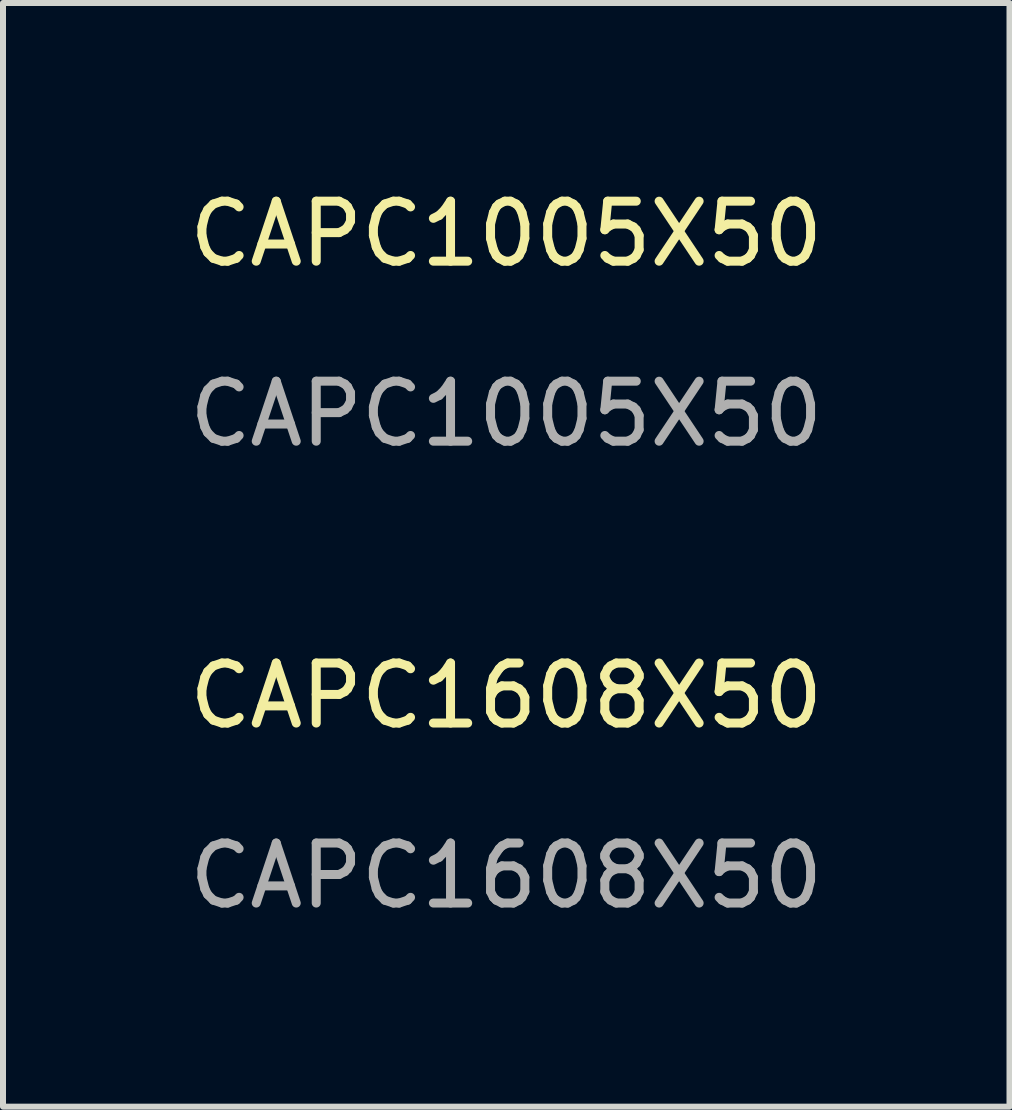
<source format=kicad_pcb>
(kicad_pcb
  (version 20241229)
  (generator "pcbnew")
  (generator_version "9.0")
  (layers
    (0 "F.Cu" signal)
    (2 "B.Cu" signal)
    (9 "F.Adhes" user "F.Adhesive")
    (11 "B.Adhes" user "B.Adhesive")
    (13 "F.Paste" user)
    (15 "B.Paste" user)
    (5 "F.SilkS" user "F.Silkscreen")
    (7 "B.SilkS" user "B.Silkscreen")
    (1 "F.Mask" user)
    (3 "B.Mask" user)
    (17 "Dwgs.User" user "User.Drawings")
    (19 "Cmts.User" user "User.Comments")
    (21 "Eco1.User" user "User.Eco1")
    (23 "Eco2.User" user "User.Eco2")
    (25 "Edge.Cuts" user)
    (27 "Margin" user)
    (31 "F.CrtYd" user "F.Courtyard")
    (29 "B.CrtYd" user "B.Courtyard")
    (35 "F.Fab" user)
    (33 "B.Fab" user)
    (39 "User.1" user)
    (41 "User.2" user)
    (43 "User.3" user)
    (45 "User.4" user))
  (footprint "CAPC1005X50"
    (layer "F.Cu")
    (at 5.387 1.348)
    (property "Reference" "CAPC1005X50" (at 0 -0.5 0) (unlocked yes) (layer "F.SilkS") (effects (font (size 1 1) (thickness 0.15))))
    (attr smd)
    (fp_text user "${REFERENCE}" (at 0 2.5 0) (unlocked yes) (layer "F.Fab") (effects (font (size 1 1) (thickness 0.15)))))
  (footprint "CAPC1608X50"
    (layer "F.Cu")
    (at 5.387 9.045)
    (property "Reference" "CAPC1608X50" (at 0 -0.5 0) (unlocked yes) (layer "F.SilkS") (effects (font (size 1 1) (thickness 0.15))))
    (attr smd)
    (fp_text user "${REFERENCE}" (at 0 2.5 0) (unlocked yes) (layer "F.Fab") (effects (font (size 1 1) (thickness 0.15)))))
  (gr_rect
    (start -3 -3)
    (end 13.774 15.393)
    (stroke (width 0.1) (type default))
    (fill no)
    (layer "Edge.Cuts")))
</source>
